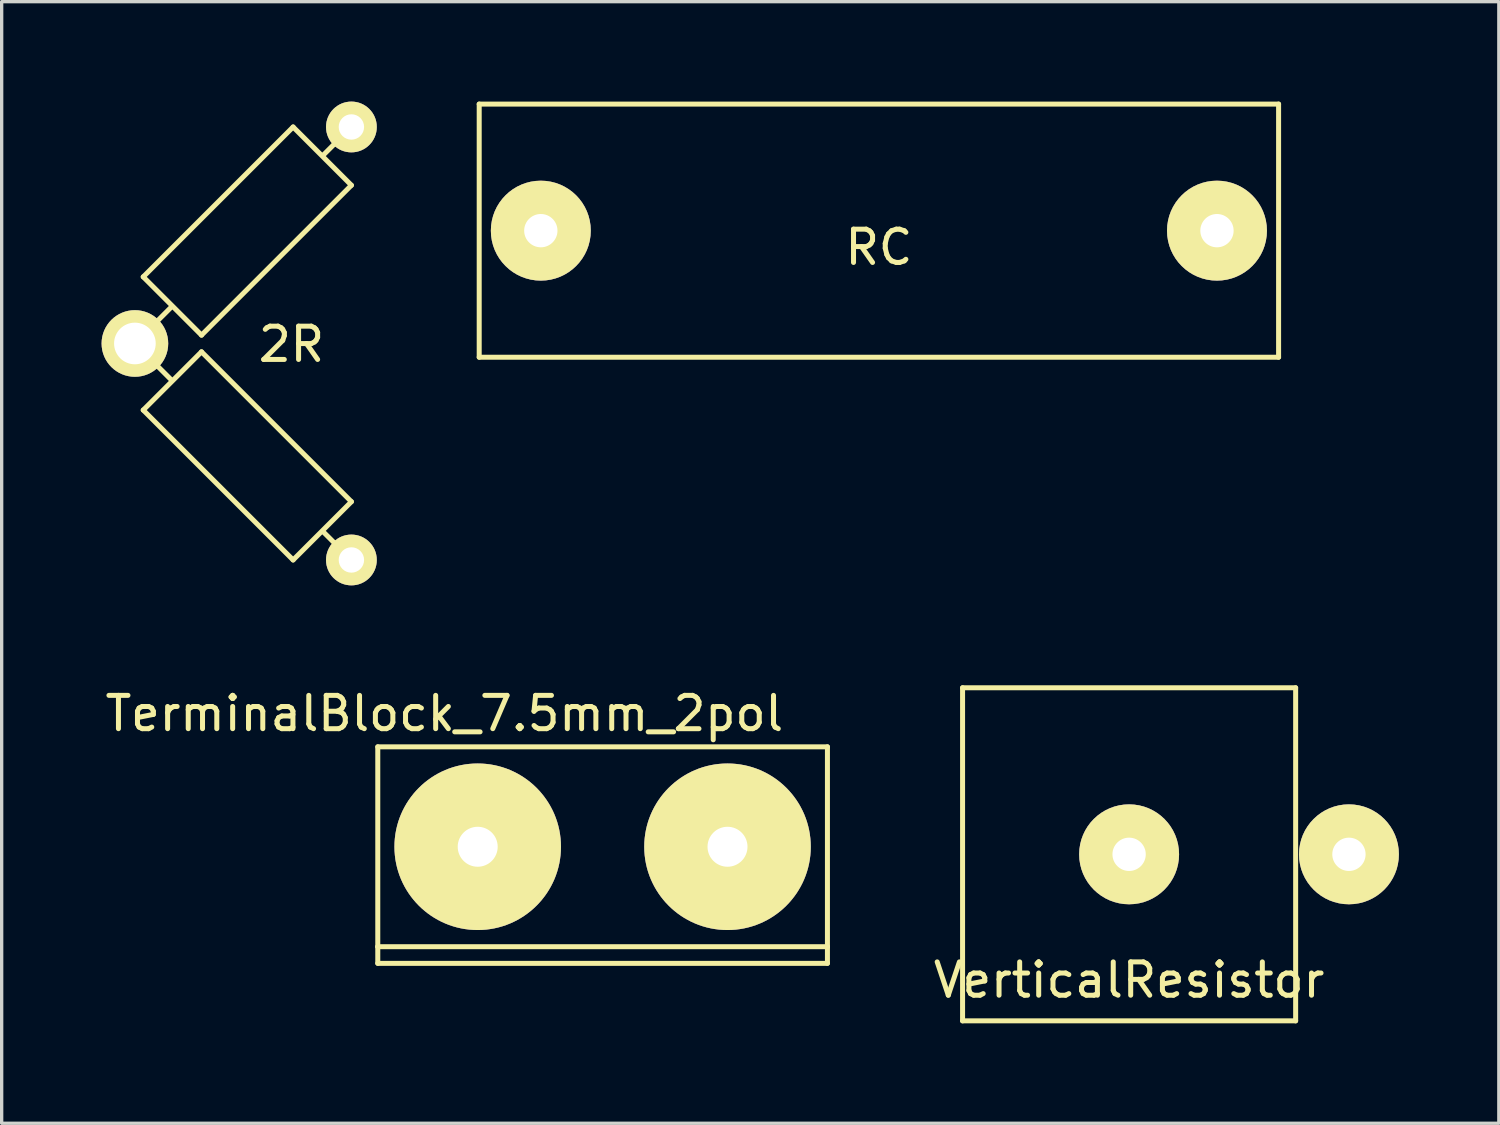
<source format=kicad_pcb>
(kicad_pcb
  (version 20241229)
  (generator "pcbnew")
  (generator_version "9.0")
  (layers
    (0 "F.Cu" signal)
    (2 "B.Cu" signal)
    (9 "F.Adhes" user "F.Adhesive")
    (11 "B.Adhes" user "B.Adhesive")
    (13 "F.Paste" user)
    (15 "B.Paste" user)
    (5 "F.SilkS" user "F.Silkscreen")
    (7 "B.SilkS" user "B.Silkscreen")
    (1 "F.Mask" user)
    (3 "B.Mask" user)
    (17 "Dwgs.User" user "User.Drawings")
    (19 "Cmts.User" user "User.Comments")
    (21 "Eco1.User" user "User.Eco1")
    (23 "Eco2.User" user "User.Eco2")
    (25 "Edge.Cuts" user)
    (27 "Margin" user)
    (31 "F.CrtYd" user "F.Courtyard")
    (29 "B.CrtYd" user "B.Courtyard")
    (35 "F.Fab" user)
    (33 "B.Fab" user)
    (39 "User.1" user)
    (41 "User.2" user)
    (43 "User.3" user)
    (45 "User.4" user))
  (footprint "2R"
    (layer "F.Cu")
    (at 1 7.262)
    (property "Reference" "2R" (at 4.7 0.025 0) (layer "F.SilkS") (effects (font (size 1 1) (thickness 0.15))))
    (attr through_hole)
    (fp_line (start 0.25 -2) (end 4.75 -6.5) (stroke (width 0.15) (type solid)) (layer "F.SilkS"))
    (fp_line (start 0.25 2) (end 2 0.25) (stroke (width 0.15) (type solid)) (layer "F.SilkS"))
    (fp_line (start 0.7 -0.7) (end 1.1 -1.1) (stroke (width 0.15) (type solid)) (layer "F.SilkS"))
    (fp_line (start 1.1 1.1) (end 0.7 0.7) (stroke (width 0.15) (type solid)) (layer "F.SilkS"))
    (fp_line (start 2 -0.25) (end 0.25 -2) (stroke (width 0.15) (type solid)) (layer "F.SilkS"))
    (fp_line (start 2 0.25) (end 6.5 4.75) (stroke (width 0.15) (type solid)) (layer "F.SilkS"))
    (fp_line (start 4.75 -6.5) (end 6.5 -4.75) (stroke (width 0.15) (type solid)) (layer "F.SilkS"))
    (fp_line (start 4.75 6.5) (end 0.25 2) (stroke (width 0.15) (type solid)) (layer "F.SilkS"))
    (fp_line (start 6 6) (end 5.65 5.65) (stroke (width 0.15) (type solid)) (layer "F.SilkS"))
    (fp_line (start 6.025 -6.025) (end 5.65 -5.65) (stroke (width 0.15) (type solid)) (layer "F.SilkS"))
    (fp_line (start 6.5 -4.75) (end 2 -0.25) (stroke (width 0.15) (type solid)) (layer "F.SilkS"))
    (fp_line (start 6.5 4.75) (end 4.75 6.5) (stroke (width 0.15) (type solid)) (layer "F.SilkS"))
    (pad "1" thru_hole circle (at 6.5 6.5) (size 1.524 1.524) (drill 0.762) (layers "*.Cu" "*.Mask" "F.SilkS"))
    (pad "2" thru_hole circle (at 0 0) (size 2 2) (drill 1.25) (layers "*.Cu" "*.Mask" "F.SilkS"))
    (pad "3" thru_hole circle (at 6.5 -6.5) (size 1.524 1.524) (drill 0.762) (layers "*.Cu" "*.Mask" "F.SilkS")))
  (footprint "TerminalBlock_7.5mm_2pol"
    (layer "F.Cu")
    (at 11.292 22.372)
    (property "Reference" "TerminalBlock_7.5mm_2pol" (at -1 -4 0) (layer "F.SilkS") (effects (font (size 1 1) (thickness 0.15))))
    (attr through_hole)
    (fp_line (start -3 -3) (end -3 3) (stroke (width 0.15) (type solid)) (layer "F.SilkS"))
    (fp_line (start -3 3) (end -3 3.5) (stroke (width 0.15) (type solid)) (layer "F.SilkS"))
    (fp_line (start -3 3) (end 10.5 3) (stroke (width 0.15) (type solid)) (layer "F.SilkS"))
    (fp_line (start -3 3.5) (end 10.5 3.5) (stroke (width 0.15) (type solid)) (layer "F.SilkS"))
    (fp_line (start 10.5 -3) (end -3 -3) (stroke (width 0.15) (type solid)) (layer "F.SilkS"))
    (fp_line (start 10.5 3) (end 10.5 -3) (stroke (width 0.15) (type solid)) (layer "F.SilkS"))
    (fp_line (start 10.5 3.5) (end 10.5 3) (stroke (width 0.15) (type solid)) (layer "F.SilkS"))
    (pad "1" thru_hole circle (at 0 0) (size 5 5) (drill 1.2) (layers "*.Cu" "*.Mask" "F.SilkS"))
    (pad "2" thru_hole circle (at 7.5 0) (size 5 5) (drill 1.2) (layers "*.Cu" "*.Mask" "F.SilkS")))
  (footprint "VerticalResistor"
    (layer "F.Cu")
    (at 30.849 22.599)
    (property "Reference" "VerticalResistor" (at 0 3.775 0) (layer "F.SilkS") (effects (font (size 1 1) (thickness 0.15))))
    (attr through_hole)
    (fp_line (start -5 -5) (end -5 5) (stroke (width 0.15) (type solid)) (layer "F.SilkS"))
    (fp_line (start -5 5) (end 5 5) (stroke (width 0.15) (type solid)) (layer "F.SilkS"))
    (fp_line (start 5 -5) (end -5 -5) (stroke (width 0.15) (type solid)) (layer "F.SilkS"))
    (fp_line (start 5 5) (end 5 -5) (stroke (width 0.15) (type solid)) (layer "F.SilkS"))
    (pad "1" thru_hole circle (at 0 0) (size 3 3) (drill 1) (layers "*.Cu" "*.Mask" "F.SilkS"))
    (pad "2" thru_hole circle (at 6.6 0) (size 3 3) (drill 1) (layers "*.Cu" "*.Mask" "F.SilkS")))
  (footprint "RC"
    (layer "F.Cu")
    (at 23.337 3.875)
    (property "Reference" "RC" (at 0 0.5 0) (layer "F.SilkS") (effects (font (size 1 1) (thickness 0.15))))
    (attr through_hole)
    (fp_line (start -12 -3.8) (end -12 3.8) (stroke (width 0.15) (type solid)) (layer "F.SilkS"))
    (fp_line (start -12 3.8) (end 12 3.8) (stroke (width 0.15) (type solid)) (layer "F.SilkS"))
    (fp_line (start 12 -3.8) (end -12 -3.8) (stroke (width 0.15) (type solid)) (layer "F.SilkS"))
    (fp_line (start 12 3.8) (end 12 -3.8) (stroke (width 0.15) (type solid)) (layer "F.SilkS"))
    (pad "1" thru_hole circle (at -10.15 0) (size 3 3) (drill 1) (layers "*.Cu" "*.Mask" "F.SilkS"))
    (pad "2" thru_hole circle (at 10.15 0) (size 3 3) (drill 1) (layers "*.Cu" "*.Mask" "F.SilkS")))
  (gr_rect
    (start -3 -3)
    (end 41.949 30.674)
    (stroke (width 0.1) (type default))
    (fill no)
    (layer "Edge.Cuts")))
</source>
